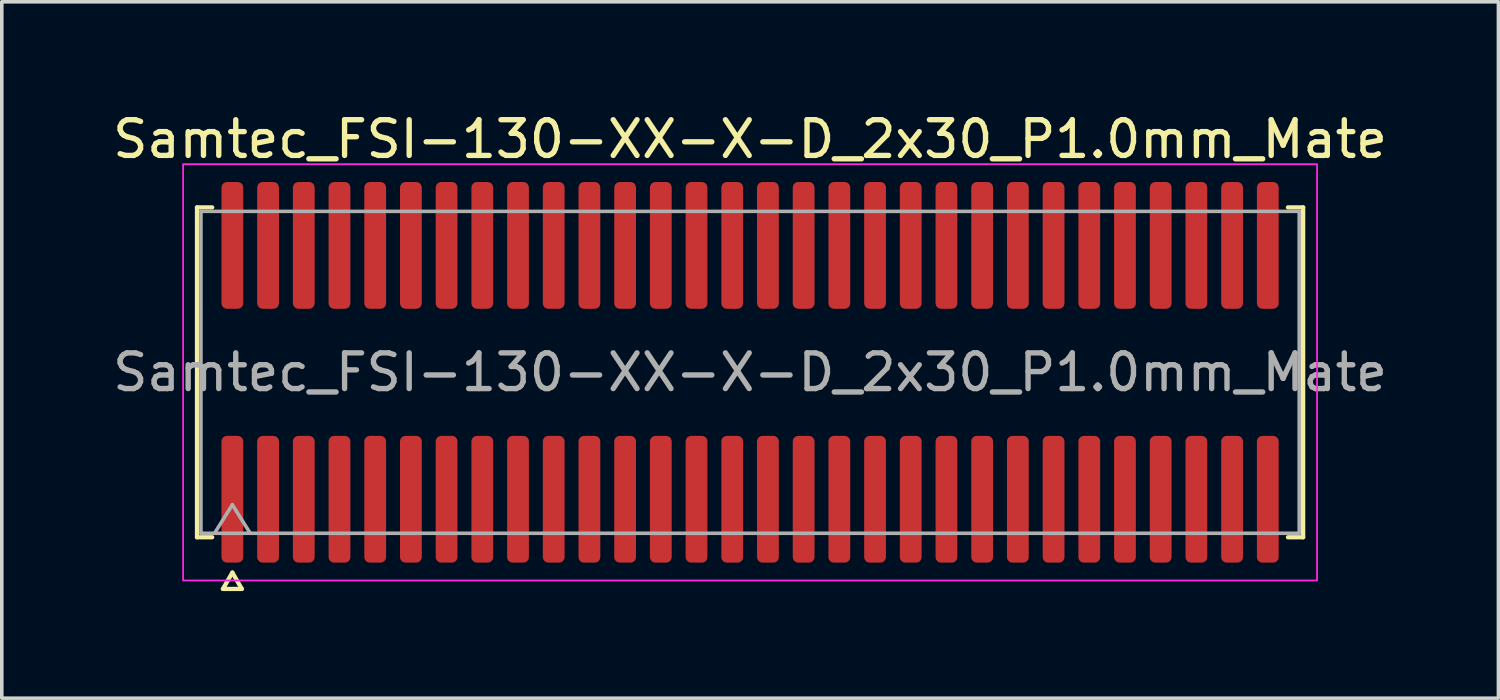
<source format=kicad_pcb>
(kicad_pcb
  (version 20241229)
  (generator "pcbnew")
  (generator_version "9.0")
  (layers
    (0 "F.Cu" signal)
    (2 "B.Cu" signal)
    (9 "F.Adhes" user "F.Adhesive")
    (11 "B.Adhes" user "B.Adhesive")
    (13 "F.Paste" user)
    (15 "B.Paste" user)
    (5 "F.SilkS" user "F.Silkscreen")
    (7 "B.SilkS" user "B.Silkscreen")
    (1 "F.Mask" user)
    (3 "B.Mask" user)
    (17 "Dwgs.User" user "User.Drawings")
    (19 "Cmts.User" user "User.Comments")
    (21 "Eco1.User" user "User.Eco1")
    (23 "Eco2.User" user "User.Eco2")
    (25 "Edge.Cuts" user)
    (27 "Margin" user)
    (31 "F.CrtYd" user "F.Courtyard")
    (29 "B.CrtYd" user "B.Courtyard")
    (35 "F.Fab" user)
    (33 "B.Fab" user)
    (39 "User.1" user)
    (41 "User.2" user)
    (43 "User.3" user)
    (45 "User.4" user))
  (footprint "Samtec_FSI-130-XX-X-D_2x30_P1.0mm_Mate"
    (layer "F.Cu")
    (at 17.958 7.378)
    (property "Reference" "Samtec_FSI-130-XX-X-D_2x30_P1.0mm_Mate" (at 0 -6.53 0) (layer "F.SilkS") (effects (font (size 1 1) (thickness 0.15))))
    (attr exclude_from_pos_files exclude_from_bom)
    (fp_line (start -15.49 -4.619) (end -15.065 -4.619) (stroke (width 0.12) (type solid)) (layer "F.SilkS"))
    (fp_line (start -15.49 4.619) (end -15.49 -4.619) (stroke (width 0.12) (type solid)) (layer "F.SilkS"))
    (fp_line (start -15.065 4.619) (end -15.49 4.619) (stroke (width 0.12) (type solid)) (layer "F.SilkS"))
    (fp_line (start -14.764 6.066) (end -14.5 5.609) (stroke (width 0.12) (type solid)) (layer "F.SilkS"))
    (fp_line (start -14.5 5.609) (end -14.236 6.066) (stroke (width 0.12) (type solid)) (layer "F.SilkS"))
    (fp_line (start -14.236 6.066) (end -14.764 6.066) (stroke (width 0.12) (type solid)) (layer "F.SilkS"))
    (fp_line (start 15.065 -4.619) (end 15.49 -4.619) (stroke (width 0.12) (type solid)) (layer "F.SilkS"))
    (fp_line (start 15.49 -4.619) (end 15.49 4.619) (stroke (width 0.12) (type solid)) (layer "F.SilkS"))
    (fp_line (start 15.49 4.619) (end 15.065 4.619) (stroke (width 0.12) (type solid)) (layer "F.SilkS"))
    (fp_rect (start -15.88 -5.83) (end 15.88 5.83) (stroke (width 0.05) (type solid)) (fill no) (layer "F.CrtYd"))
    (fp_line (start -15.38 -4.508) (end 15.38 -4.508) (stroke (width 0.1) (type solid)) (layer "F.Fab"))
    (fp_line (start -15.38 4.508) (end -15.38 -4.508) (stroke (width 0.1) (type solid)) (layer "F.Fab"))
    (fp_line (start -15 4.508) (end -14.5 3.708) (stroke (width 0.1) (type solid)) (layer "F.Fab"))
    (fp_line (start -14.5 3.708) (end -14 4.508) (stroke (width 0.1) (type solid)) (layer "F.Fab"))
    (fp_line (start 15.38 -4.508) (end 15.38 4.508) (stroke (width 0.1) (type solid)) (layer "F.Fab"))
    (fp_line (start 15.38 4.508) (end -15.38 4.508) (stroke (width 0.1) (type solid)) (layer "F.Fab"))
    (fp_text user "${REFERENCE}" (at 0 0 0) (layer "F.Fab") (effects (font (size 1 1) (thickness 0.15))))
    (pad "1" smd roundrect (at -14.5 3.555) (size 0.61 3.55) (layers "F.Cu" "F.Mask") (roundrect_rratio 0.25))
    (pad "2" smd roundrect (at -14.5 -3.555) (size 0.61 3.55) (layers "F.Cu" "F.Mask") (roundrect_rratio 0.25))
    (pad "3" smd roundrect (at -13.5 3.555) (size 0.61 3.55) (layers "F.Cu" "F.Mask") (roundrect_rratio 0.25))
    (pad "4" smd roundrect (at -13.5 -3.555) (size 0.61 3.55) (layers "F.Cu" "F.Mask") (roundrect_rratio 0.25))
    (pad "5" smd roundrect (at -12.5 3.555) (size 0.61 3.55) (layers "F.Cu" "F.Mask") (roundrect_rratio 0.25))
    (pad "6" smd roundrect (at -12.5 -3.555) (size 0.61 3.55) (layers "F.Cu" "F.Mask") (roundrect_rratio 0.25))
    (pad "7" smd roundrect (at -11.5 3.555) (size 0.61 3.55) (layers "F.Cu" "F.Mask") (roundrect_rratio 0.25))
    (pad "8" smd roundrect (at -11.5 -3.555) (size 0.61 3.55) (layers "F.Cu" "F.Mask") (roundrect_rratio 0.25))
    (pad "9" smd roundrect (at -10.5 3.555) (size 0.61 3.55) (layers "F.Cu" "F.Mask") (roundrect_rratio 0.25))
    (pad "10" smd roundrect (at -10.5 -3.555) (size 0.61 3.55) (layers "F.Cu" "F.Mask") (roundrect_rratio 0.25))
    (pad "11" smd roundrect (at -9.5 3.555) (size 0.61 3.55) (layers "F.Cu" "F.Mask") (roundrect_rratio 0.25))
    (pad "12" smd roundrect (at -9.5 -3.555) (size 0.61 3.55) (layers "F.Cu" "F.Mask") (roundrect_rratio 0.25))
    (pad "13" smd roundrect (at -8.5 3.555) (size 0.61 3.55) (layers "F.Cu" "F.Mask") (roundrect_rratio 0.25))
    (pad "14" smd roundrect (at -8.5 -3.555) (size 0.61 3.55) (layers "F.Cu" "F.Mask") (roundrect_rratio 0.25))
    (pad "15" smd roundrect (at -7.5 3.555) (size 0.61 3.55) (layers "F.Cu" "F.Mask") (roundrect_rratio 0.25))
    (pad "16" smd roundrect (at -7.5 -3.555) (size 0.61 3.55) (layers "F.Cu" "F.Mask") (roundrect_rratio 0.25))
    (pad "17" smd roundrect (at -6.5 3.555) (size 0.61 3.55) (layers "F.Cu" "F.Mask") (roundrect_rratio 0.25))
    (pad "18" smd roundrect (at -6.5 -3.555) (size 0.61 3.55) (layers "F.Cu" "F.Mask") (roundrect_rratio 0.25))
    (pad "19" smd roundrect (at -5.5 3.555) (size 0.61 3.55) (layers "F.Cu" "F.Mask") (roundrect_rratio 0.25))
    (pad "20" smd roundrect (at -5.5 -3.555) (size 0.61 3.55) (layers "F.Cu" "F.Mask") (roundrect_rratio 0.25))
    (pad "21" smd roundrect (at -4.5 3.555) (size 0.61 3.55) (layers "F.Cu" "F.Mask") (roundrect_rratio 0.25))
    (pad "22" smd roundrect (at -4.5 -3.555) (size 0.61 3.55) (layers "F.Cu" "F.Mask") (roundrect_rratio 0.25))
    (pad "23" smd roundrect (at -3.5 3.555) (size 0.61 3.55) (layers "F.Cu" "F.Mask") (roundrect_rratio 0.25))
    (pad "24" smd roundrect (at -3.5 -3.555) (size 0.61 3.55) (layers "F.Cu" "F.Mask") (roundrect_rratio 0.25))
    (pad "25" smd roundrect (at -2.5 3.555) (size 0.61 3.55) (layers "F.Cu" "F.Mask") (roundrect_rratio 0.25))
    (pad "26" smd roundrect (at -2.5 -3.555) (size 0.61 3.55) (layers "F.Cu" "F.Mask") (roundrect_rratio 0.25))
    (pad "27" smd roundrect (at -1.5 3.555) (size 0.61 3.55) (layers "F.Cu" "F.Mask") (roundrect_rratio 0.25))
    (pad "28" smd roundrect (at -1.5 -3.555) (size 0.61 3.55) (layers "F.Cu" "F.Mask") (roundrect_rratio 0.25))
    (pad "29" smd roundrect (at -0.5 3.555) (size 0.61 3.55) (layers "F.Cu" "F.Mask") (roundrect_rratio 0.25))
    (pad "30" smd roundrect (at -0.5 -3.555) (size 0.61 3.55) (layers "F.Cu" "F.Mask") (roundrect_rratio 0.25))
    (pad "31" smd roundrect (at 0.5 3.555) (size 0.61 3.55) (layers "F.Cu" "F.Mask") (roundrect_rratio 0.25))
    (pad "32" smd roundrect (at 0.5 -3.555) (size 0.61 3.55) (layers "F.Cu" "F.Mask") (roundrect_rratio 0.25))
    (pad "33" smd roundrect (at 1.5 3.555) (size 0.61 3.55) (layers "F.Cu" "F.Mask") (roundrect_rratio 0.25))
    (pad "34" smd roundrect (at 1.5 -3.555) (size 0.61 3.55) (layers "F.Cu" "F.Mask") (roundrect_rratio 0.25))
    (pad "35" smd roundrect (at 2.5 3.555) (size 0.61 3.55) (layers "F.Cu" "F.Mask") (roundrect_rratio 0.25))
    (pad "36" smd roundrect (at 2.5 -3.555) (size 0.61 3.55) (layers "F.Cu" "F.Mask") (roundrect_rratio 0.25))
    (pad "37" smd roundrect (at 3.5 3.555) (size 0.61 3.55) (layers "F.Cu" "F.Mask") (roundrect_rratio 0.25))
    (pad "38" smd roundrect (at 3.5 -3.555) (size 0.61 3.55) (layers "F.Cu" "F.Mask") (roundrect_rratio 0.25))
    (pad "39" smd roundrect (at 4.5 3.555) (size 0.61 3.55) (layers "F.Cu" "F.Mask") (roundrect_rratio 0.25))
    (pad "40" smd roundrect (at 4.5 -3.555) (size 0.61 3.55) (layers "F.Cu" "F.Mask") (roundrect_rratio 0.25))
    (pad "41" smd roundrect (at 5.5 3.555) (size 0.61 3.55) (layers "F.Cu" "F.Mask") (roundrect_rratio 0.25))
    (pad "42" smd roundrect (at 5.5 -3.555) (size 0.61 3.55) (layers "F.Cu" "F.Mask") (roundrect_rratio 0.25))
    (pad "43" smd roundrect (at 6.5 3.555) (size 0.61 3.55) (layers "F.Cu" "F.Mask") (roundrect_rratio 0.25))
    (pad "44" smd roundrect (at 6.5 -3.555) (size 0.61 3.55) (layers "F.Cu" "F.Mask") (roundrect_rratio 0.25))
    (pad "45" smd roundrect (at 7.5 3.555) (size 0.61 3.55) (layers "F.Cu" "F.Mask") (roundrect_rratio 0.25))
    (pad "46" smd roundrect (at 7.5 -3.555) (size 0.61 3.55) (layers "F.Cu" "F.Mask") (roundrect_rratio 0.25))
    (pad "47" smd roundrect (at 8.5 3.555) (size 0.61 3.55) (layers "F.Cu" "F.Mask") (roundrect_rratio 0.25))
    (pad "48" smd roundrect (at 8.5 -3.555) (size 0.61 3.55) (layers "F.Cu" "F.Mask") (roundrect_rratio 0.25))
    (pad "49" smd roundrect (at 9.5 3.555) (size 0.61 3.55) (layers "F.Cu" "F.Mask") (roundrect_rratio 0.25))
    (pad "50" smd roundrect (at 9.5 -3.555) (size 0.61 3.55) (layers "F.Cu" "F.Mask") (roundrect_rratio 0.25))
    (pad "51" smd roundrect (at 10.5 3.555) (size 0.61 3.55) (layers "F.Cu" "F.Mask") (roundrect_rratio 0.25))
    (pad "52" smd roundrect (at 10.5 -3.555) (size 0.61 3.55) (layers "F.Cu" "F.Mask") (roundrect_rratio 0.25))
    (pad "53" smd roundrect (at 11.5 3.555) (size 0.61 3.55) (layers "F.Cu" "F.Mask") (roundrect_rratio 0.25))
    (pad "54" smd roundrect (at 11.5 -3.555) (size 0.61 3.55) (layers "F.Cu" "F.Mask") (roundrect_rratio 0.25))
    (pad "55" smd roundrect (at 12.5 3.555) (size 0.61 3.55) (layers "F.Cu" "F.Mask") (roundrect_rratio 0.25))
    (pad "56" smd roundrect (at 12.5 -3.555) (size 0.61 3.55) (layers "F.Cu" "F.Mask") (roundrect_rratio 0.25))
    (pad "57" smd roundrect (at 13.5 3.555) (size 0.61 3.55) (layers "F.Cu" "F.Mask") (roundrect_rratio 0.25))
    (pad "58" smd roundrect (at 13.5 -3.555) (size 0.61 3.55) (layers "F.Cu" "F.Mask") (roundrect_rratio 0.25))
    (pad "59" smd roundrect (at 14.5 3.555) (size 0.61 3.55) (layers "F.Cu" "F.Mask") (roundrect_rratio 0.25))
    (pad "60" smd roundrect (at 14.5 -3.555) (size 0.61 3.55) (layers "F.Cu" "F.Mask") (roundrect_rratio 0.25)))
  (gr_rect
    (start -3 -3)
    (end 38.917 16.504)
    (stroke (width 0.1) (type default))
    (fill no)
    (layer "Edge.Cuts")))
</source>
